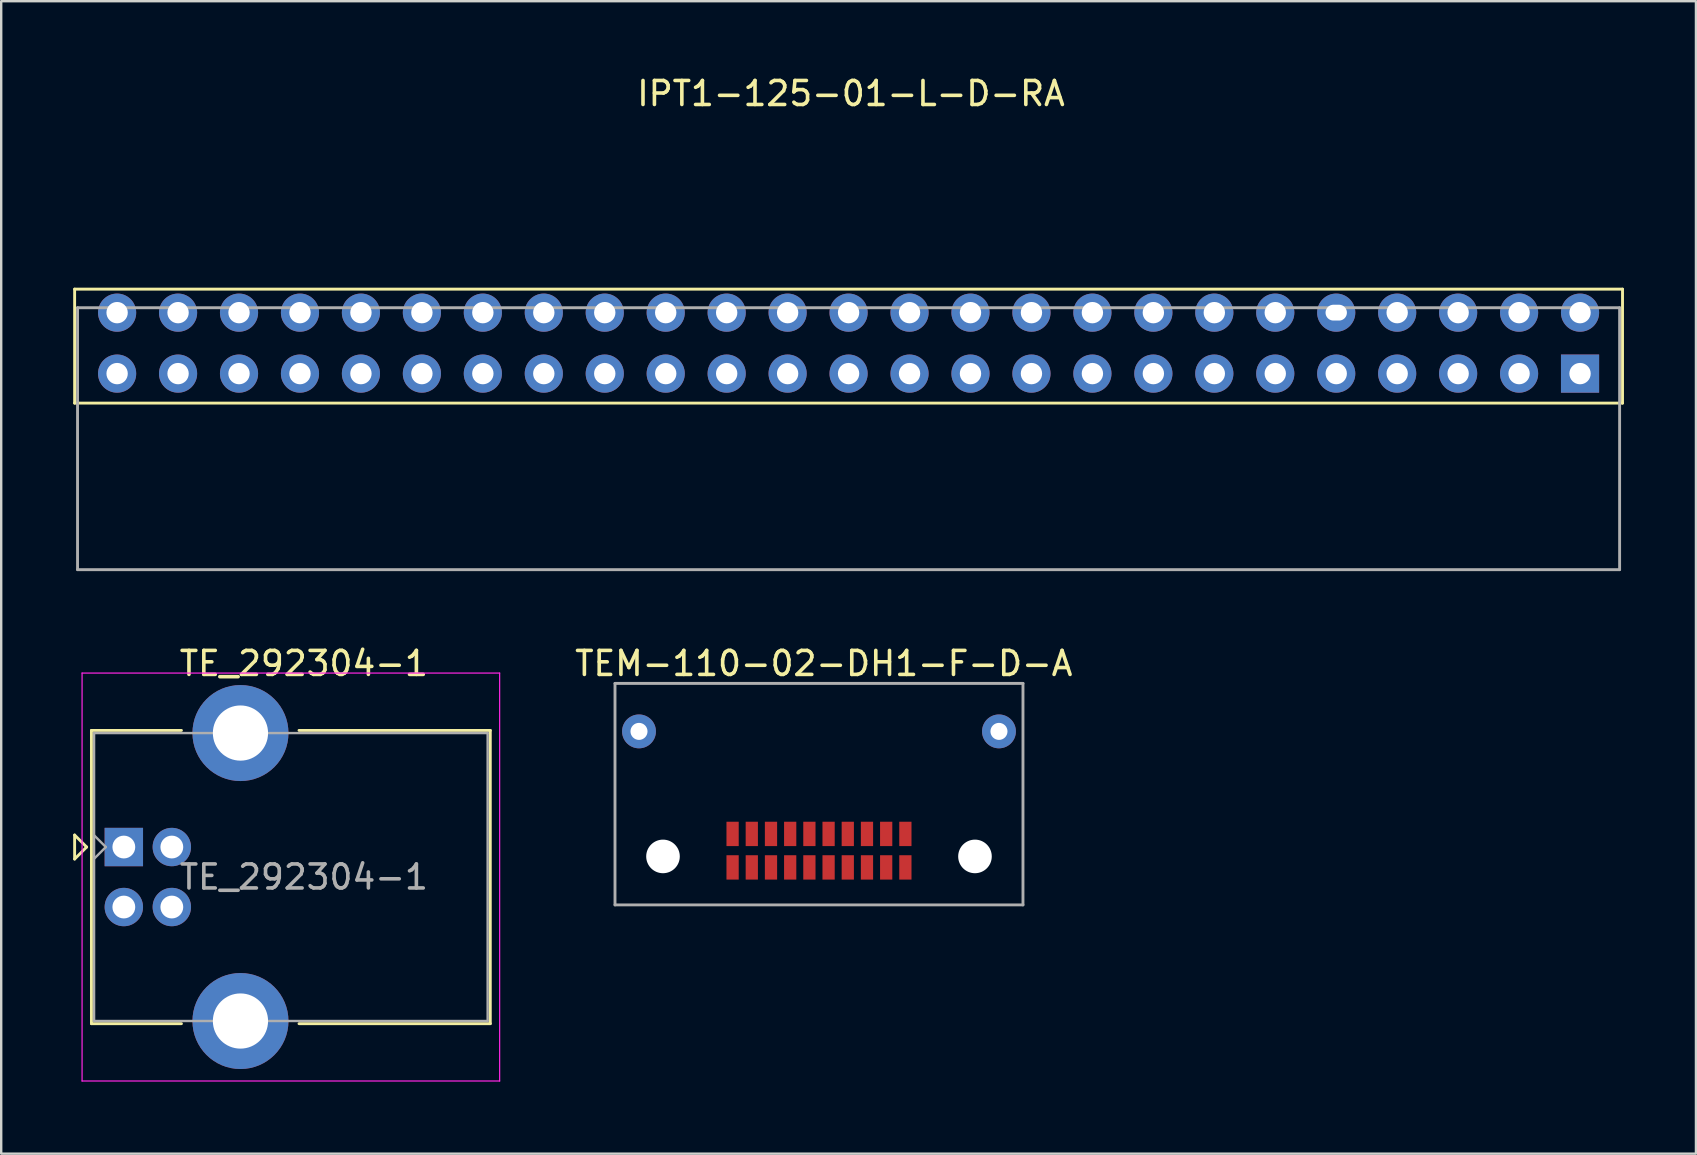
<source format=kicad_pcb>
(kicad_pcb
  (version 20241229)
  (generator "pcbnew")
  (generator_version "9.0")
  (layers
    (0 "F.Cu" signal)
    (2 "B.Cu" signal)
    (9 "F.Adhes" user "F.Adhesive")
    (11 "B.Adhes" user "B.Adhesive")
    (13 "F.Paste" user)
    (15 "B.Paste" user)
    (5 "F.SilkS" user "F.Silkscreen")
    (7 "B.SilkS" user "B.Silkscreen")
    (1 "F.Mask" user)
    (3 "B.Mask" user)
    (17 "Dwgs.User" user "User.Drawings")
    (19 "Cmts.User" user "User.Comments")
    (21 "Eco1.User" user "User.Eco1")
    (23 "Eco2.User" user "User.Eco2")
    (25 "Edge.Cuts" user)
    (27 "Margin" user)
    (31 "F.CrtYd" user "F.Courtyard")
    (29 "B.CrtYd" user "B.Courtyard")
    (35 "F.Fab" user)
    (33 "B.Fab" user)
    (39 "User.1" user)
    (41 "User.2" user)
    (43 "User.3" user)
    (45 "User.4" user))
  (footprint "TE_292304-1"
    (layer "F.Cu")
    (at 2.11 32.246)
    (property "Reference" "TE_292304-1" (at 7.5 -7.65 0) (layer "F.SilkS") (effects (font (size 1 1) (thickness 0.15))))
    (attr through_hole)
    (fp_line (start -2.05 -0.5) (end -2.05 0.5) (stroke (width 0.12) (type solid)) (layer "F.SilkS"))
    (fp_line (start -2.05 0.5) (end -1.55 0) (stroke (width 0.12) (type solid)) (layer "F.SilkS"))
    (fp_line (start -1.55 0) (end -2.05 -0.5) (stroke (width 0.12) (type solid)) (layer "F.SilkS"))
    (fp_line (start -1.35 -4.86) (end 2.4 -4.86) (stroke (width 0.12) (type solid)) (layer "F.SilkS"))
    (fp_line (start -1.35 7.36) (end -1.35 -4.86) (stroke (width 0.12) (type solid)) (layer "F.SilkS"))
    (fp_line (start -1.35 7.36) (end 2.4 7.36) (stroke (width 0.12) (type solid)) (layer "F.SilkS"))
    (fp_line (start 15.27 -4.86) (end 7.3 -4.86) (stroke (width 0.12) (type solid)) (layer "F.SilkS"))
    (fp_line (start 15.27 7.36) (end 7.3 7.36) (stroke (width 0.12) (type solid)) (layer "F.SilkS"))
    (fp_line (start 15.27 7.36) (end 15.27 -4.86) (stroke (width 0.12) (type solid)) (layer "F.SilkS"))
    (fp_line (start -1.74 -7.25) (end -1.74 9.75) (stroke (width 0.05) (type solid)) (layer "F.CrtYd"))
    (fp_line (start -1.74 9.75) (end 15.66 9.75) (stroke (width 0.05) (type solid)) (layer "F.CrtYd"))
    (fp_line (start 15.66 -7.25) (end -1.74 -7.25) (stroke (width 0.05) (type solid)) (layer "F.CrtYd"))
    (fp_line (start 15.66 9.75) (end 15.66 -7.25) (stroke (width 0.05) (type solid)) (layer "F.CrtYd"))
    (fp_line (start -1.24 -4.75) (end 15.16 -4.75) (stroke (width 0.1) (type solid)) (layer "F.Fab"))
    (fp_line (start -1.24 0.49) (end -0.75 0) (stroke (width 0.1) (type solid)) (layer "F.Fab"))
    (fp_line (start -1.24 7.25) (end -1.24 -4.75) (stroke (width 0.1) (type solid)) (layer "F.Fab"))
    (fp_line (start -0.75 0) (end -1.24 -0.49) (stroke (width 0.1) (type solid)) (layer "F.Fab"))
    (fp_line (start 15.16 -4.75) (end 15.16 7.25) (stroke (width 0.1) (type solid)) (layer "F.Fab"))
    (fp_line (start 15.16 7.25) (end -1.24 7.25) (stroke (width 0.1) (type solid)) (layer "F.Fab"))
    (fp_text user "${REFERENCE}" (at 7.5 1.25 180) (layer "F.Fab") (effects (font (size 1 1) (thickness 0.15))))
    (pad "1" thru_hole rect (at 0 0 90) (size 1.6 1.6) (drill 0.95) (layers "*.Cu" "*.Mask"))
    (pad "2" thru_hole circle (at 0 2.5 90) (size 1.6 1.6) (drill 0.95) (layers "*.Cu" "*.Mask"))
    (pad "3" thru_hole circle (at 2 2.5 90) (size 1.6 1.6) (drill 0.95) (layers "*.Cu" "*.Mask"))
    (pad "4" thru_hole circle (at 2 0 90) (size 1.6 1.6) (drill 0.95) (layers "*.Cu" "*.Mask"))
    (pad "5" thru_hole circle (at 4.86 -4.75 90) (size 4 4) (drill 2.3) (layers "*.Cu" "*.Mask"))
    (pad "5" thru_hole circle (at 4.86 7.25 90) (size 4 4) (drill 2.3) (layers "*.Cu" "*.Mask")))
  (footprint "IPT1-125-01-L-D-RA"
    (layer "F.Cu")
    (at 32.31 11.248)
    (property "Reference" "IPT1-125-01-L-D-RA" (at 0.1 -10.4 0) (layer "F.SilkS") (effects (font (size 1 1) (thickness 0.15))))
    (attr through_hole)
    (fp_line (start -32.25 -2.25) (end -32.25 2.5) (stroke (width 0.12) (type solid)) (layer "F.SilkS"))
    (fp_line (start -32.25 -2.25) (end 32.25 -2.25) (stroke (width 0.12) (type solid)) (layer "F.SilkS"))
    (fp_line (start -32.25 2.5) (end 32.25 2.5) (stroke (width 0.12) (type solid)) (layer "F.SilkS"))
    (fp_line (start 32.25 -2.25) (end 32.25 2.5) (stroke (width 0.12) (type solid)) (layer "F.SilkS"))
    (fp_line (start -32.129 -1.475) (end 32.129 -1.475) (stroke (width 0.12) (type solid)) (layer "F.Fab"))
    (fp_line (start -32.129 9.44) (end -32.129 -1.475) (stroke (width 0.12) (type solid)) (layer "F.Fab"))
    (fp_line (start 32.129 -1.475) (end 32.129 9.44) (stroke (width 0.12) (type solid)) (layer "F.Fab"))
    (fp_line (start 32.129 9.44) (end -32.129 9.44) (stroke (width 0.12) (type solid)) (layer "F.Fab"))
    (pad "1" thru_hole rect (at 30.48 1.27) (size 1.59 1.59) (drill 0.89) (layers "*.Cu" "*.Mask"))
    (pad "2" thru_hole circle (at 30.48 -1.27) (size 1.59 1.59) (drill 0.89) (layers "*.Cu" "*.Mask"))
    (pad "3" thru_hole circle (at 27.94 1.27) (size 1.59 1.59) (drill 0.89) (layers "*.Cu" "*.Mask"))
    (pad "4" thru_hole circle (at 27.94 -1.27) (size 1.59 1.59) (drill 0.89) (layers "*.Cu" "*.Mask"))
    (pad "5" thru_hole circle (at 25.4 1.27) (size 1.59 1.59) (drill 0.89) (layers "*.Cu" "*.Mask"))
    (pad "6" thru_hole circle (at 25.4 -1.27) (size 1.59 1.59) (drill 0.89) (layers "*.Cu" "*.Mask"))
    (pad "7" thru_hole circle (at 22.86 1.27) (size 1.59 1.59) (drill 0.89) (layers "*.Cu" "*.Mask"))
    (pad "8" thru_hole circle (at 22.86 -1.27) (size 1.59 1.59) (drill 0.89) (layers "*.Cu" "*.Mask"))
    (pad "9" thru_hole circle (at 20.32 1.27) (size 1.59 1.59) (drill 0.89) (layers "*.Cu" "*.Mask"))
    (pad "10" thru_hole circle (at 20.32 -1.27) (size 1.59 1.59) (drill oval 0.89 0.66) (layers "*.Cu" "*.Mask"))
    (pad "11" thru_hole circle (at 17.78 1.27) (size 1.59 1.59) (drill 0.89) (layers "*.Cu" "*.Mask"))
    (pad "12" thru_hole circle (at 17.78 -1.27) (size 1.59 1.59) (drill 0.89) (layers "*.Cu" "*.Mask"))
    (pad "13" thru_hole circle (at 15.24 1.27) (size 1.59 1.59) (drill 0.89) (layers "*.Cu" "*.Mask"))
    (pad "14" thru_hole circle (at 15.24 -1.27) (size 1.59 1.59) (drill 0.89) (layers "*.Cu" "*.Mask"))
    (pad "15" thru_hole circle (at 12.7 1.27) (size 1.59 1.59) (drill 0.89) (layers "*.Cu" "*.Mask"))
    (pad "16" thru_hole circle (at 12.7 -1.27) (size 1.59 1.59) (drill 0.89) (layers "*.Cu" "*.Mask"))
    (pad "17" thru_hole circle (at 10.16 1.27) (size 1.59 1.59) (drill 0.89) (layers "*.Cu" "*.Mask"))
    (pad "18" thru_hole circle (at 10.16 -1.27) (size 1.59 1.59) (drill 0.89) (layers "*.Cu" "*.Mask"))
    (pad "19" thru_hole circle (at 7.62 1.27) (size 1.59 1.59) (drill 0.89) (layers "*.Cu" "*.Mask"))
    (pad "20" thru_hole circle (at 7.62 -1.27) (size 1.59 1.59) (drill 0.89) (layers "*.Cu" "*.Mask"))
    (pad "21" thru_hole circle (at 5.08 1.27) (size 1.59 1.59) (drill 0.89) (layers "*.Cu" "*.Mask"))
    (pad "22" thru_hole circle (at 5.08 -1.27) (size 1.59 1.59) (drill 0.89) (layers "*.Cu" "*.Mask"))
    (pad "23" thru_hole circle (at 2.54 1.27) (size 1.59 1.59) (drill 0.89) (layers "*.Cu" "*.Mask"))
    (pad "24" thru_hole circle (at 2.54 -1.27) (size 1.59 1.59) (drill 0.89) (layers "*.Cu" "*.Mask"))
    (pad "25" thru_hole circle (at 0 1.27) (size 1.59 1.59) (drill 0.89) (layers "*.Cu" "*.Mask"))
    (pad "26" thru_hole circle (at 0 -1.27) (size 1.59 1.59) (drill 0.89) (layers "*.Cu" "*.Mask"))
    (pad "27" thru_hole circle (at -2.54 1.27) (size 1.59 1.59) (drill 0.89) (layers "*.Cu" "*.Mask"))
    (pad "28" thru_hole circle (at -2.54 -1.27) (size 1.59 1.59) (drill 0.89) (layers "*.Cu" "*.Mask"))
    (pad "29" thru_hole circle (at -5.08 1.27) (size 1.59 1.59) (drill 0.89) (layers "*.Cu" "*.Mask"))
    (pad "30" thru_hole circle (at -5.08 -1.27) (size 1.59 1.59) (drill 0.89) (layers "*.Cu" "*.Mask"))
    (pad "31" thru_hole circle (at -7.62 1.27) (size 1.59 1.59) (drill 0.89) (layers "*.Cu" "*.Mask"))
    (pad "32" thru_hole circle (at -7.62 -1.27) (size 1.59 1.59) (drill 0.89) (layers "*.Cu" "*.Mask"))
    (pad "33" thru_hole circle (at -10.16 1.27) (size 1.59 1.59) (drill 0.89) (layers "*.Cu" "*.Mask"))
    (pad "34" thru_hole circle (at -10.16 -1.27) (size 1.59 1.59) (drill 0.89) (layers "*.Cu" "*.Mask"))
    (pad "35" thru_hole circle (at -12.7 1.27) (size 1.59 1.59) (drill 0.89) (layers "*.Cu" "*.Mask"))
    (pad "36" thru_hole circle (at -12.7 -1.27) (size 1.59 1.59) (drill 0.89) (layers "*.Cu" "*.Mask"))
    (pad "37" thru_hole circle (at -15.24 1.27) (size 1.59 1.59) (drill 0.89) (layers "*.Cu" "*.Mask"))
    (pad "38" thru_hole circle (at -15.24 -1.27) (size 1.59 1.59) (drill 0.89) (layers "*.Cu" "*.Mask"))
    (pad "39" thru_hole circle (at -17.78 1.27) (size 1.59 1.59) (drill 0.89) (layers "*.Cu" "*.Mask"))
    (pad "40" thru_hole circle (at -17.78 -1.27) (size 1.59 1.59) (drill 0.89) (layers "*.Cu" "*.Mask"))
    (pad "41" thru_hole circle (at -20.32 1.27) (size 1.59 1.59) (drill 0.89) (layers "*.Cu" "*.Mask"))
    (pad "42" thru_hole circle (at -20.32 -1.27) (size 1.59 1.59) (drill 0.89) (layers "*.Cu" "*.Mask"))
    (pad "43" thru_hole circle (at -22.86 1.27) (size 1.59 1.59) (drill 0.89) (layers "*.Cu" "*.Mask"))
    (pad "44" thru_hole circle (at -22.86 -1.27) (size 1.59 1.59) (drill 0.89) (layers "*.Cu" "*.Mask"))
    (pad "45" thru_hole circle (at -25.4 1.27) (size 1.59 1.59) (drill 0.89) (layers "*.Cu" "*.Mask"))
    (pad "46" thru_hole circle (at -25.4 -1.27) (size 1.59 1.59) (drill 0.89) (layers "*.Cu" "*.Mask"))
    (pad "47" thru_hole circle (at -27.94 1.27) (size 1.59 1.59) (drill 0.89) (layers "*.Cu" "*.Mask"))
    (pad "48" thru_hole circle (at -27.94 -1.27) (size 1.59 1.59) (drill 0.89) (layers "*.Cu" "*.Mask"))
    (pad "49" thru_hole circle (at -30.48 1.27) (size 1.59 1.59) (drill 0.89) (layers "*.Cu" "*.Mask"))
    (pad "50" thru_hole circle (at -30.48 -1.27) (size 1.59 1.59) (drill 0.89) (layers "*.Cu" "*.Mask")))
  (footprint "TEM-110-02-DH1-F-D-A"
    (layer "F.Cu")
    (at 31.077 32.397)
    (property "Reference" "TEM-110-02-DH1-F-D-A" (at 0.2 -7.8 0) (layer "F.SilkS") (effects (font (size 1 1) (thickness 0.15))))
    (attr smd)
    (fp_line (start -8.5 -6.97) (end -8.5 2.26) (stroke (width 0.12) (type solid)) (layer "F.Fab"))
    (fp_line (start -8.5 -6.97) (end 8.5 -6.97) (stroke (width 0.12) (type solid)) (layer "F.Fab"))
    (fp_line (start -8.5 2.26) (end 8.5 2.26) (stroke (width 0.12) (type solid)) (layer "F.Fab"))
    (fp_line (start 8.5 2.26) (end 8.5 -6.97) (stroke (width 0.12) (type solid)) (layer "F.Fab"))
    (pad "" thru_hole circle (at -7.5 -4.97) (size 1.41 1.41) (drill 0.71) (layers "*.Cu" "*.Mask"))
    (pad "" np_thru_hole circle (at -6.5 0.24) (size 1.4 1.4) (drill 1.4) (layers "*.Cu" "*.Mask"))
    (pad "" np_thru_hole circle (at 6.5 0.24) (size 1.4 1.4) (drill 1.4) (layers "*.Cu" "*.Mask"))
    (pad "" thru_hole circle (at 7.5 -4.97) (size 1.41 1.41) (drill 0.71) (layers "*.Cu" "*.Mask"))
    (pad "1" smd rect (at 3.6 -0.698) (size 0.51 1.015) (layers "F.Cu" "F.Mask" "F.Paste"))
    (pad "2" smd rect (at 3.6 0.698) (size 0.51 1.015) (layers "F.Cu" "F.Mask" "F.Paste"))
    (pad "3" smd rect (at 2.8 -0.698) (size 0.51 1.015) (layers "F.Cu" "F.Mask" "F.Paste"))
    (pad "4" smd rect (at 2.8 0.698) (size 0.51 1.015) (layers "F.Cu" "F.Mask" "F.Paste"))
    (pad "5" smd rect (at 2 -0.698) (size 0.51 1.015) (layers "F.Cu" "F.Mask" "F.Paste"))
    (pad "6" smd rect (at 2 0.698) (size 0.51 1.015) (layers "F.Cu" "F.Mask" "F.Paste"))
    (pad "7" smd rect (at 1.2 -0.698) (size 0.51 1.015) (layers "F.Cu" "F.Mask" "F.Paste"))
    (pad "8" smd rect (at 1.2 0.698) (size 0.51 1.015) (layers "F.Cu" "F.Mask" "F.Paste"))
    (pad "9" smd rect (at 0.4 -0.698) (size 0.51 1.015) (layers "F.Cu" "F.Mask" "F.Paste"))
    (pad "10" smd rect (at 0.4 0.698) (size 0.51 1.015) (layers "F.Cu" "F.Mask" "F.Paste"))
    (pad "11" smd rect (at -0.4 -0.698) (size 0.51 1.015) (layers "F.Cu" "F.Mask" "F.Paste"))
    (pad "12" smd rect (at -0.4 0.698) (size 0.51 1.015) (layers "F.Cu" "F.Mask" "F.Paste"))
    (pad "13" smd rect (at -1.2 -0.698) (size 0.51 1.015) (layers "F.Cu" "F.Mask" "F.Paste"))
    (pad "14" smd rect (at -1.2 0.698) (size 0.51 1.015) (layers "F.Cu" "F.Mask" "F.Paste"))
    (pad "15" smd rect (at -2 -0.698) (size 0.51 1.015) (layers "F.Cu" "F.Mask" "F.Paste"))
    (pad "16" smd rect (at -2 0.698) (size 0.51 1.015) (layers "F.Cu" "F.Mask" "F.Paste"))
    (pad "17" smd rect (at -2.8 -0.698) (size 0.51 1.015) (layers "F.Cu" "F.Mask" "F.Paste"))
    (pad "18" smd rect (at -2.8 0.698) (size 0.51 1.015) (layers "F.Cu" "F.Mask" "F.Paste"))
    (pad "19" smd rect (at -3.6 -0.698) (size 0.51 1.015) (layers "F.Cu" "F.Mask" "F.Paste"))
    (pad "20" smd rect (at -3.6 0.698) (size 0.51 1.015) (layers "F.Cu" "F.Mask" "F.Paste")))
  (gr_rect
    (start -3 -3)
    (end 67.62 45.022)
    (stroke (width 0.1) (type default))
    (fill no)
    (layer "Edge.Cuts")))
</source>
